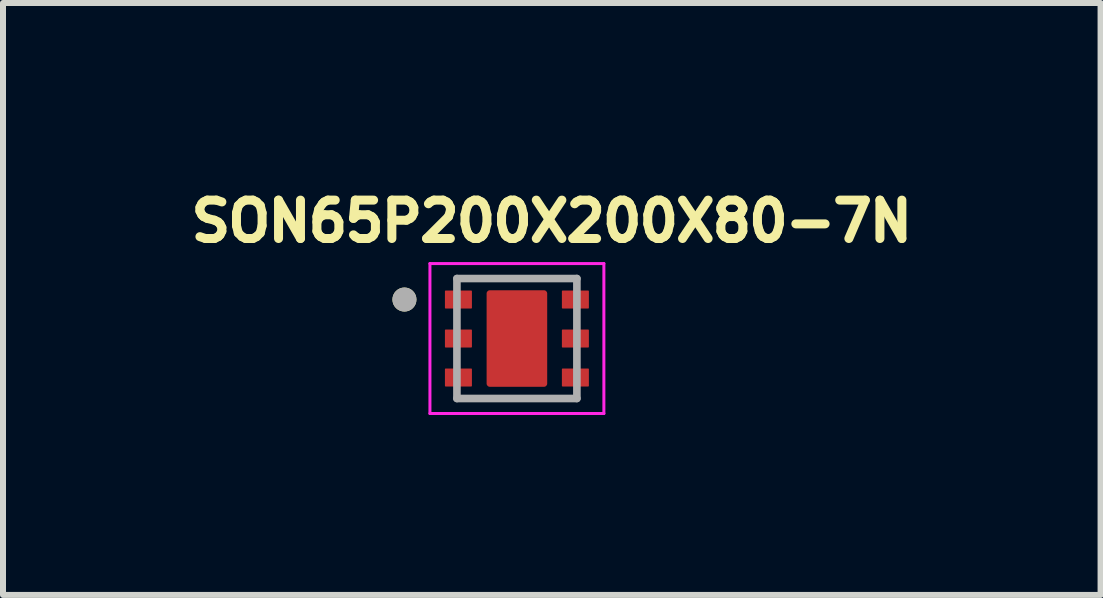
<source format=kicad_pcb>
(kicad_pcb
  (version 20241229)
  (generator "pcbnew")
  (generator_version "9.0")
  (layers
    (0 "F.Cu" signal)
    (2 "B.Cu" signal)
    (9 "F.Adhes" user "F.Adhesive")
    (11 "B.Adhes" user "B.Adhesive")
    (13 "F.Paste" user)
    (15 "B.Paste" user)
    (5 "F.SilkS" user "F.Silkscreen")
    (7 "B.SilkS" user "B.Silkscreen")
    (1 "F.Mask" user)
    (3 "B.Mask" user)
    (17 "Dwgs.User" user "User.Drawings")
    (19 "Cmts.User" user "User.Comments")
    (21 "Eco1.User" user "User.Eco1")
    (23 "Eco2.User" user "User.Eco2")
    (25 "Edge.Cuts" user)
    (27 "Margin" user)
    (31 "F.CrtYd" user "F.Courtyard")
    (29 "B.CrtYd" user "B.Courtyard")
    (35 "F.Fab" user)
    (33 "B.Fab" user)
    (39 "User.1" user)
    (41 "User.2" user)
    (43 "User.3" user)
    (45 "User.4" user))
  (footprint "SON65P200X200X80-7N"
    (layer "F.Cu")
    (at 5.568 2.594)
    (property "Reference" "SON65P200X200X80-7N" (at 0.582 -1.956 0) (layer "F.SilkS") (effects (font (size 0.64 0.64) (thickness 0.15))))
    (attr smd)
    (fp_poly (pts (xy -1.22 -0.87) (xy -0.73 -0.87) (xy -0.727 -0.87) (xy -0.725 -0.87) (xy -0.722 -0.869) (xy -0.72 -0.869) (xy -0.717 -0.868) (xy -0.715 -0.868) (xy -0.712 -0.867) (xy -0.71 -0.866) (xy -0.707 -0.865) (xy -0.705 -0.863) (xy -0.703 -0.862) (xy -0.701 -0.86) (xy -0.699 -0.859) (xy -0.697 -0.857) (xy -0.695 -0.855) (xy -0.693 -0.853) (xy -0.691 -0.851) (xy -0.69 -0.849) (xy -0.688 -0.847) (xy -0.687 -0.845) (xy -0.685 -0.843) (xy -0.684 -0.84) (xy -0.683 -0.838) (xy -0.682 -0.835) (xy -0.682 -0.833) (xy -0.681 -0.83) (xy -0.681 -0.828) (xy -0.68 -0.825) (xy -0.68 -0.823) (xy -0.68 -0.82) (xy -0.68 -0.48) (xy -0.68 -0.477) (xy -0.68 -0.475) (xy -0.681 -0.472) (xy -0.681 -0.47) (xy -0.682 -0.467) (xy -0.682 -0.465) (xy -0.683 -0.462) (xy -0.684 -0.46) (xy -0.685 -0.457) (xy -0.687 -0.455) (xy -0.688 -0.453) (xy -0.69 -0.451) (xy -0.691 -0.449) (xy -0.693 -0.447) (xy -0.695 -0.445) (xy -0.697 -0.443) (xy -0.699 -0.441) (xy -0.701 -0.44) (xy -0.703 -0.438) (xy -0.705 -0.437) (xy -0.707 -0.435) (xy -0.71 -0.434) (xy -0.712 -0.433) (xy -0.715 -0.432) (xy -0.717 -0.432) (xy -0.72 -0.431) (xy -0.722 -0.431) (xy -0.725 -0.43) (xy -0.727 -0.43) (xy -0.73 -0.43) (xy -1.22 -0.43) (xy -1.223 -0.43) (xy -1.225 -0.43) (xy -1.228 -0.431) (xy -1.23 -0.431) (xy -1.233 -0.432) (xy -1.235 -0.432) (xy -1.238 -0.433) (xy -1.24 -0.434) (xy -1.243 -0.435) (xy -1.245 -0.437) (xy -1.247 -0.438) (xy -1.249 -0.44) (xy -1.251 -0.441) (xy -1.253 -0.443) (xy -1.255 -0.445) (xy -1.257 -0.447) (xy -1.259 -0.449) (xy -1.26 -0.451) (xy -1.262 -0.453) (xy -1.263 -0.455) (xy -1.265 -0.457) (xy -1.266 -0.46) (xy -1.267 -0.462) (xy -1.268 -0.465) (xy -1.268 -0.467) (xy -1.269 -0.47) (xy -1.269 -0.472) (xy -1.27 -0.475) (xy -1.27 -0.477) (xy -1.27 -0.48) (xy -1.27 -0.82) (xy -1.27 -0.823) (xy -1.27 -0.825) (xy -1.269 -0.828) (xy -1.269 -0.83) (xy -1.268 -0.833) (xy -1.268 -0.835) (xy -1.267 -0.838) (xy -1.266 -0.84) (xy -1.265 -0.843) (xy -1.263 -0.845) (xy -1.262 -0.847) (xy -1.26 -0.849) (xy -1.259 -0.851) (xy -1.257 -0.853) (xy -1.255 -0.855) (xy -1.253 -0.857) (xy -1.251 -0.859) (xy -1.249 -0.86) (xy -1.247 -0.862) (xy -1.245 -0.863) (xy -1.243 -0.865) (xy -1.24 -0.866) (xy -1.238 -0.867) (xy -1.235 -0.868) (xy -1.233 -0.868) (xy -1.23 -0.869) (xy -1.228 -0.869) (xy -1.225 -0.87) (xy -1.223 -0.87) (xy -1.22 -0.87)) (stroke (width 0.01) (type solid)) (fill yes) (layer "F.Mask"))
    (fp_poly (pts (xy -1.22 -0.22) (xy -0.73 -0.22) (xy -0.727 -0.22) (xy -0.725 -0.22) (xy -0.722 -0.219) (xy -0.72 -0.219) (xy -0.717 -0.218) (xy -0.715 -0.218) (xy -0.712 -0.217) (xy -0.71 -0.216) (xy -0.707 -0.215) (xy -0.705 -0.213) (xy -0.703 -0.212) (xy -0.701 -0.21) (xy -0.699 -0.209) (xy -0.697 -0.207) (xy -0.695 -0.205) (xy -0.693 -0.203) (xy -0.691 -0.201) (xy -0.69 -0.199) (xy -0.688 -0.197) (xy -0.687 -0.195) (xy -0.685 -0.193) (xy -0.684 -0.19) (xy -0.683 -0.188) (xy -0.682 -0.185) (xy -0.682 -0.183) (xy -0.681 -0.18) (xy -0.681 -0.178) (xy -0.68 -0.175) (xy -0.68 -0.173) (xy -0.68 -0.17) (xy -0.68 0.17) (xy -0.68 0.173) (xy -0.68 0.175) (xy -0.681 0.178) (xy -0.681 0.18) (xy -0.682 0.183) (xy -0.682 0.185) (xy -0.683 0.188) (xy -0.684 0.19) (xy -0.685 0.193) (xy -0.687 0.195) (xy -0.688 0.197) (xy -0.69 0.199) (xy -0.691 0.201) (xy -0.693 0.203) (xy -0.695 0.205) (xy -0.697 0.207) (xy -0.699 0.209) (xy -0.701 0.21) (xy -0.703 0.212) (xy -0.705 0.213) (xy -0.707 0.215) (xy -0.71 0.216) (xy -0.712 0.217) (xy -0.715 0.218) (xy -0.717 0.218) (xy -0.72 0.219) (xy -0.722 0.219) (xy -0.725 0.22) (xy -0.727 0.22) (xy -0.73 0.22) (xy -1.22 0.22) (xy -1.223 0.22) (xy -1.225 0.22) (xy -1.228 0.219) (xy -1.23 0.219) (xy -1.233 0.218) (xy -1.235 0.218) (xy -1.238 0.217) (xy -1.24 0.216) (xy -1.243 0.215) (xy -1.245 0.213) (xy -1.247 0.212) (xy -1.249 0.21) (xy -1.251 0.209) (xy -1.253 0.207) (xy -1.255 0.205) (xy -1.257 0.203) (xy -1.259 0.201) (xy -1.26 0.199) (xy -1.262 0.197) (xy -1.263 0.195) (xy -1.265 0.193) (xy -1.266 0.19) (xy -1.267 0.188) (xy -1.268 0.185) (xy -1.268 0.183) (xy -1.269 0.18) (xy -1.269 0.178) (xy -1.27 0.175) (xy -1.27 0.173) (xy -1.27 0.17) (xy -1.27 -0.17) (xy -1.27 -0.173) (xy -1.27 -0.175) (xy -1.269 -0.178) (xy -1.269 -0.18) (xy -1.268 -0.183) (xy -1.268 -0.185) (xy -1.267 -0.188) (xy -1.266 -0.19) (xy -1.265 -0.193) (xy -1.263 -0.195) (xy -1.262 -0.197) (xy -1.26 -0.199) (xy -1.259 -0.201) (xy -1.257 -0.203) (xy -1.255 -0.205) (xy -1.253 -0.207) (xy -1.251 -0.209) (xy -1.249 -0.21) (xy -1.247 -0.212) (xy -1.245 -0.213) (xy -1.243 -0.215) (xy -1.24 -0.216) (xy -1.238 -0.217) (xy -1.235 -0.218) (xy -1.233 -0.218) (xy -1.23 -0.219) (xy -1.228 -0.219) (xy -1.225 -0.22) (xy -1.223 -0.22) (xy -1.22 -0.22)) (stroke (width 0.01) (type solid)) (fill yes) (layer "F.Mask"))
    (fp_poly (pts (xy -1.22 0.43) (xy -0.73 0.43) (xy -0.727 0.43) (xy -0.725 0.43) (xy -0.722 0.431) (xy -0.72 0.431) (xy -0.717 0.432) (xy -0.715 0.432) (xy -0.712 0.433) (xy -0.71 0.434) (xy -0.707 0.435) (xy -0.705 0.437) (xy -0.703 0.438) (xy -0.701 0.44) (xy -0.699 0.441) (xy -0.697 0.443) (xy -0.695 0.445) (xy -0.693 0.447) (xy -0.691 0.449) (xy -0.69 0.451) (xy -0.688 0.453) (xy -0.687 0.455) (xy -0.685 0.457) (xy -0.684 0.46) (xy -0.683 0.462) (xy -0.682 0.465) (xy -0.682 0.467) (xy -0.681 0.47) (xy -0.681 0.472) (xy -0.68 0.475) (xy -0.68 0.477) (xy -0.68 0.48) (xy -0.68 0.82) (xy -0.68 0.823) (xy -0.68 0.825) (xy -0.681 0.828) (xy -0.681 0.83) (xy -0.682 0.833) (xy -0.682 0.835) (xy -0.683 0.838) (xy -0.684 0.84) (xy -0.685 0.843) (xy -0.687 0.845) (xy -0.688 0.847) (xy -0.69 0.849) (xy -0.691 0.851) (xy -0.693 0.853) (xy -0.695 0.855) (xy -0.697 0.857) (xy -0.699 0.859) (xy -0.701 0.86) (xy -0.703 0.862) (xy -0.705 0.863) (xy -0.707 0.865) (xy -0.71 0.866) (xy -0.712 0.867) (xy -0.715 0.868) (xy -0.717 0.868) (xy -0.72 0.869) (xy -0.722 0.869) (xy -0.725 0.87) (xy -0.727 0.87) (xy -0.73 0.87) (xy -1.22 0.87) (xy -1.223 0.87) (xy -1.225 0.87) (xy -1.228 0.869) (xy -1.23 0.869) (xy -1.233 0.868) (xy -1.235 0.868) (xy -1.238 0.867) (xy -1.24 0.866) (xy -1.243 0.865) (xy -1.245 0.863) (xy -1.247 0.862) (xy -1.249 0.86) (xy -1.251 0.859) (xy -1.253 0.857) (xy -1.255 0.855) (xy -1.257 0.853) (xy -1.259 0.851) (xy -1.26 0.849) (xy -1.262 0.847) (xy -1.263 0.845) (xy -1.265 0.843) (xy -1.266 0.84) (xy -1.267 0.838) (xy -1.268 0.835) (xy -1.268 0.833) (xy -1.269 0.83) (xy -1.269 0.828) (xy -1.27 0.825) (xy -1.27 0.823) (xy -1.27 0.82) (xy -1.27 0.48) (xy -1.27 0.477) (xy -1.27 0.475) (xy -1.269 0.472) (xy -1.269 0.47) (xy -1.268 0.467) (xy -1.268 0.465) (xy -1.267 0.462) (xy -1.266 0.46) (xy -1.265 0.457) (xy -1.263 0.455) (xy -1.262 0.453) (xy -1.26 0.451) (xy -1.259 0.449) (xy -1.257 0.447) (xy -1.255 0.445) (xy -1.253 0.443) (xy -1.251 0.441) (xy -1.249 0.44) (xy -1.247 0.438) (xy -1.245 0.437) (xy -1.243 0.435) (xy -1.24 0.434) (xy -1.238 0.433) (xy -1.235 0.432) (xy -1.233 0.432) (xy -1.23 0.431) (xy -1.228 0.431) (xy -1.225 0.43) (xy -1.223 0.43) (xy -1.22 0.43)) (stroke (width 0.01) (type solid)) (fill yes) (layer "F.Mask"))
    (fp_poly (pts (xy 0.57 -0.75) (xy 0.57 0.75) (xy 0.57 0.756) (xy 0.569 0.763) (xy 0.569 0.769) (xy 0.567 0.775) (xy 0.566 0.781) (xy 0.564 0.787) (xy 0.562 0.793) (xy 0.56 0.799) (xy 0.557 0.804) (xy 0.554 0.81) (xy 0.551 0.815) (xy 0.547 0.821) (xy 0.543 0.826) (xy 0.539 0.83) (xy 0.535 0.835) (xy 0.53 0.839) (xy 0.526 0.843) (xy 0.521 0.847) (xy 0.515 0.851) (xy 0.51 0.854) (xy 0.504 0.857) (xy 0.499 0.86) (xy 0.493 0.862) (xy 0.487 0.864) (xy 0.481 0.866) (xy 0.475 0.867) (xy 0.469 0.869) (xy 0.463 0.869) (xy 0.456 0.87) (xy 0.45 0.87) (xy -0.45 0.87) (xy -0.456 0.87) (xy -0.463 0.869) (xy -0.469 0.869) (xy -0.475 0.867) (xy -0.481 0.866) (xy -0.487 0.864) (xy -0.493 0.862) (xy -0.499 0.86) (xy -0.504 0.857) (xy -0.51 0.854) (xy -0.515 0.851) (xy -0.521 0.847) (xy -0.526 0.843) (xy -0.53 0.839) (xy -0.535 0.835) (xy -0.539 0.83) (xy -0.543 0.826) (xy -0.547 0.821) (xy -0.551 0.815) (xy -0.554 0.81) (xy -0.557 0.804) (xy -0.56 0.799) (xy -0.562 0.793) (xy -0.564 0.787) (xy -0.566 0.781) (xy -0.567 0.775) (xy -0.569 0.769) (xy -0.569 0.763) (xy -0.57 0.756) (xy -0.57 0.75) (xy -0.57 -0.75) (xy -0.57 -0.756) (xy -0.569 -0.763) (xy -0.569 -0.769) (xy -0.567 -0.775) (xy -0.566 -0.781) (xy -0.564 -0.787) (xy -0.562 -0.793) (xy -0.56 -0.799) (xy -0.557 -0.804) (xy -0.554 -0.81) (xy -0.551 -0.815) (xy -0.547 -0.821) (xy -0.543 -0.826) (xy -0.539 -0.83) (xy -0.535 -0.835) (xy -0.53 -0.839) (xy -0.526 -0.843) (xy -0.521 -0.847) (xy -0.515 -0.851) (xy -0.51 -0.854) (xy -0.504 -0.857) (xy -0.499 -0.86) (xy -0.493 -0.862) (xy -0.487 -0.864) (xy -0.481 -0.866) (xy -0.475 -0.867) (xy -0.469 -0.869) (xy -0.463 -0.869) (xy -0.456 -0.87) (xy -0.45 -0.87) (xy 0.45 -0.87) (xy 0.456 -0.87) (xy 0.463 -0.869) (xy 0.469 -0.869) (xy 0.475 -0.867) (xy 0.481 -0.866) (xy 0.487 -0.864) (xy 0.493 -0.862) (xy 0.499 -0.86) (xy 0.504 -0.857) (xy 0.51 -0.854) (xy 0.515 -0.851) (xy 0.521 -0.847) (xy 0.526 -0.843) (xy 0.53 -0.839) (xy 0.535 -0.835) (xy 0.539 -0.83) (xy 0.543 -0.826) (xy 0.547 -0.821) (xy 0.551 -0.815) (xy 0.554 -0.81) (xy 0.557 -0.804) (xy 0.56 -0.799) (xy 0.562 -0.793) (xy 0.564 -0.787) (xy 0.566 -0.781) (xy 0.567 -0.775) (xy 0.569 -0.769) (xy 0.569 -0.763) (xy 0.57 -0.756) (xy 0.57 -0.75)) (stroke (width 0.01) (type solid)) (fill yes) (layer "F.Mask"))
    (fp_poly (pts (xy 0.73 -0.87) (xy 1.22 -0.87) (xy 1.223 -0.87) (xy 1.225 -0.87) (xy 1.228 -0.869) (xy 1.23 -0.869) (xy 1.233 -0.868) (xy 1.235 -0.868) (xy 1.238 -0.867) (xy 1.24 -0.866) (xy 1.243 -0.865) (xy 1.245 -0.863) (xy 1.247 -0.862) (xy 1.249 -0.86) (xy 1.251 -0.859) (xy 1.253 -0.857) (xy 1.255 -0.855) (xy 1.257 -0.853) (xy 1.259 -0.851) (xy 1.26 -0.849) (xy 1.262 -0.847) (xy 1.263 -0.845) (xy 1.265 -0.843) (xy 1.266 -0.84) (xy 1.267 -0.838) (xy 1.268 -0.835) (xy 1.268 -0.833) (xy 1.269 -0.83) (xy 1.269 -0.828) (xy 1.27 -0.825) (xy 1.27 -0.823) (xy 1.27 -0.82) (xy 1.27 -0.48) (xy 1.27 -0.477) (xy 1.27 -0.475) (xy 1.269 -0.472) (xy 1.269 -0.47) (xy 1.268 -0.467) (xy 1.268 -0.465) (xy 1.267 -0.462) (xy 1.266 -0.46) (xy 1.265 -0.457) (xy 1.263 -0.455) (xy 1.262 -0.453) (xy 1.26 -0.451) (xy 1.259 -0.449) (xy 1.257 -0.447) (xy 1.255 -0.445) (xy 1.253 -0.443) (xy 1.251 -0.441) (xy 1.249 -0.44) (xy 1.247 -0.438) (xy 1.245 -0.437) (xy 1.243 -0.435) (xy 1.24 -0.434) (xy 1.238 -0.433) (xy 1.235 -0.432) (xy 1.233 -0.432) (xy 1.23 -0.431) (xy 1.228 -0.431) (xy 1.225 -0.43) (xy 1.223 -0.43) (xy 1.22 -0.43) (xy 0.73 -0.43) (xy 0.727 -0.43) (xy 0.725 -0.43) (xy 0.722 -0.431) (xy 0.72 -0.431) (xy 0.717 -0.432) (xy 0.715 -0.432) (xy 0.712 -0.433) (xy 0.71 -0.434) (xy 0.707 -0.435) (xy 0.705 -0.437) (xy 0.703 -0.438) (xy 0.701 -0.44) (xy 0.699 -0.441) (xy 0.697 -0.443) (xy 0.695 -0.445) (xy 0.693 -0.447) (xy 0.691 -0.449) (xy 0.69 -0.451) (xy 0.688 -0.453) (xy 0.687 -0.455) (xy 0.685 -0.457) (xy 0.684 -0.46) (xy 0.683 -0.462) (xy 0.682 -0.465) (xy 0.682 -0.467) (xy 0.681 -0.47) (xy 0.681 -0.472) (xy 0.68 -0.475) (xy 0.68 -0.477) (xy 0.68 -0.48) (xy 0.68 -0.82) (xy 0.68 -0.823) (xy 0.68 -0.825) (xy 0.681 -0.828) (xy 0.681 -0.83) (xy 0.682 -0.833) (xy 0.682 -0.835) (xy 0.683 -0.838) (xy 0.684 -0.84) (xy 0.685 -0.843) (xy 0.687 -0.845) (xy 0.688 -0.847) (xy 0.69 -0.849) (xy 0.691 -0.851) (xy 0.693 -0.853) (xy 0.695 -0.855) (xy 0.697 -0.857) (xy 0.699 -0.859) (xy 0.701 -0.86) (xy 0.703 -0.862) (xy 0.705 -0.863) (xy 0.707 -0.865) (xy 0.71 -0.866) (xy 0.712 -0.867) (xy 0.715 -0.868) (xy 0.717 -0.868) (xy 0.72 -0.869) (xy 0.722 -0.869) (xy 0.725 -0.87) (xy 0.727 -0.87) (xy 0.73 -0.87)) (stroke (width 0.01) (type solid)) (fill yes) (layer "F.Mask"))
    (fp_poly (pts (xy 0.73 -0.22) (xy 1.22 -0.22) (xy 1.223 -0.22) (xy 1.225 -0.22) (xy 1.228 -0.219) (xy 1.23 -0.219) (xy 1.233 -0.218) (xy 1.235 -0.218) (xy 1.238 -0.217) (xy 1.24 -0.216) (xy 1.243 -0.215) (xy 1.245 -0.213) (xy 1.247 -0.212) (xy 1.249 -0.21) (xy 1.251 -0.209) (xy 1.253 -0.207) (xy 1.255 -0.205) (xy 1.257 -0.203) (xy 1.259 -0.201) (xy 1.26 -0.199) (xy 1.262 -0.197) (xy 1.263 -0.195) (xy 1.265 -0.193) (xy 1.266 -0.19) (xy 1.267 -0.188) (xy 1.268 -0.185) (xy 1.268 -0.183) (xy 1.269 -0.18) (xy 1.269 -0.178) (xy 1.27 -0.175) (xy 1.27 -0.173) (xy 1.27 -0.17) (xy 1.27 0.17) (xy 1.27 0.173) (xy 1.27 0.175) (xy 1.269 0.178) (xy 1.269 0.18) (xy 1.268 0.183) (xy 1.268 0.185) (xy 1.267 0.188) (xy 1.266 0.19) (xy 1.265 0.193) (xy 1.263 0.195) (xy 1.262 0.197) (xy 1.26 0.199) (xy 1.259 0.201) (xy 1.257 0.203) (xy 1.255 0.205) (xy 1.253 0.207) (xy 1.251 0.209) (xy 1.249 0.21) (xy 1.247 0.212) (xy 1.245 0.213) (xy 1.243 0.215) (xy 1.24 0.216) (xy 1.238 0.217) (xy 1.235 0.218) (xy 1.233 0.218) (xy 1.23 0.219) (xy 1.228 0.219) (xy 1.225 0.22) (xy 1.223 0.22) (xy 1.22 0.22) (xy 0.73 0.22) (xy 0.727 0.22) (xy 0.725 0.22) (xy 0.722 0.219) (xy 0.72 0.219) (xy 0.717 0.218) (xy 0.715 0.218) (xy 0.712 0.217) (xy 0.71 0.216) (xy 0.707 0.215) (xy 0.705 0.213) (xy 0.703 0.212) (xy 0.701 0.21) (xy 0.699 0.209) (xy 0.697 0.207) (xy 0.695 0.205) (xy 0.693 0.203) (xy 0.691 0.201) (xy 0.69 0.199) (xy 0.688 0.197) (xy 0.687 0.195) (xy 0.685 0.193) (xy 0.684 0.19) (xy 0.683 0.188) (xy 0.682 0.185) (xy 0.682 0.183) (xy 0.681 0.18) (xy 0.681 0.178) (xy 0.68 0.175) (xy 0.68 0.173) (xy 0.68 0.17) (xy 0.68 -0.17) (xy 0.68 -0.173) (xy 0.68 -0.175) (xy 0.681 -0.178) (xy 0.681 -0.18) (xy 0.682 -0.183) (xy 0.682 -0.185) (xy 0.683 -0.188) (xy 0.684 -0.19) (xy 0.685 -0.193) (xy 0.687 -0.195) (xy 0.688 -0.197) (xy 0.69 -0.199) (xy 0.691 -0.201) (xy 0.693 -0.203) (xy 0.695 -0.205) (xy 0.697 -0.207) (xy 0.699 -0.209) (xy 0.701 -0.21) (xy 0.703 -0.212) (xy 0.705 -0.213) (xy 0.707 -0.215) (xy 0.71 -0.216) (xy 0.712 -0.217) (xy 0.715 -0.218) (xy 0.717 -0.218) (xy 0.72 -0.219) (xy 0.722 -0.219) (xy 0.725 -0.22) (xy 0.727 -0.22) (xy 0.73 -0.22)) (stroke (width 0.01) (type solid)) (fill yes) (layer "F.Mask"))
    (fp_poly (pts (xy 0.73 0.43) (xy 1.22 0.43) (xy 1.223 0.43) (xy 1.225 0.43) (xy 1.228 0.431) (xy 1.23 0.431) (xy 1.233 0.432) (xy 1.235 0.432) (xy 1.238 0.433) (xy 1.24 0.434) (xy 1.243 0.435) (xy 1.245 0.437) (xy 1.247 0.438) (xy 1.249 0.44) (xy 1.251 0.441) (xy 1.253 0.443) (xy 1.255 0.445) (xy 1.257 0.447) (xy 1.259 0.449) (xy 1.26 0.451) (xy 1.262 0.453) (xy 1.263 0.455) (xy 1.265 0.457) (xy 1.266 0.46) (xy 1.267 0.462) (xy 1.268 0.465) (xy 1.268 0.467) (xy 1.269 0.47) (xy 1.269 0.472) (xy 1.27 0.475) (xy 1.27 0.477) (xy 1.27 0.48) (xy 1.27 0.82) (xy 1.27 0.823) (xy 1.27 0.825) (xy 1.269 0.828) (xy 1.269 0.83) (xy 1.268 0.833) (xy 1.268 0.835) (xy 1.267 0.838) (xy 1.266 0.84) (xy 1.265 0.843) (xy 1.263 0.845) (xy 1.262 0.847) (xy 1.26 0.849) (xy 1.259 0.851) (xy 1.257 0.853) (xy 1.255 0.855) (xy 1.253 0.857) (xy 1.251 0.859) (xy 1.249 0.86) (xy 1.247 0.862) (xy 1.245 0.863) (xy 1.243 0.865) (xy 1.24 0.866) (xy 1.238 0.867) (xy 1.235 0.868) (xy 1.233 0.868) (xy 1.23 0.869) (xy 1.228 0.869) (xy 1.225 0.87) (xy 1.223 0.87) (xy 1.22 0.87) (xy 0.73 0.87) (xy 0.727 0.87) (xy 0.725 0.87) (xy 0.722 0.869) (xy 0.72 0.869) (xy 0.717 0.868) (xy 0.715 0.868) (xy 0.712 0.867) (xy 0.71 0.866) (xy 0.707 0.865) (xy 0.705 0.863) (xy 0.703 0.862) (xy 0.701 0.86) (xy 0.699 0.859) (xy 0.697 0.857) (xy 0.695 0.855) (xy 0.693 0.853) (xy 0.691 0.851) (xy 0.69 0.849) (xy 0.688 0.847) (xy 0.687 0.845) (xy 0.685 0.843) (xy 0.684 0.84) (xy 0.683 0.838) (xy 0.682 0.835) (xy 0.682 0.833) (xy 0.681 0.83) (xy 0.681 0.828) (xy 0.68 0.825) (xy 0.68 0.823) (xy 0.68 0.82) (xy 0.68 0.48) (xy 0.68 0.477) (xy 0.68 0.475) (xy 0.681 0.472) (xy 0.681 0.47) (xy 0.682 0.467) (xy 0.682 0.465) (xy 0.683 0.462) (xy 0.684 0.46) (xy 0.685 0.457) (xy 0.687 0.455) (xy 0.688 0.453) (xy 0.69 0.451) (xy 0.691 0.449) (xy 0.693 0.447) (xy 0.695 0.445) (xy 0.697 0.443) (xy 0.699 0.441) (xy 0.701 0.44) (xy 0.703 0.438) (xy 0.705 0.437) (xy 0.707 0.435) (xy 0.71 0.434) (xy 0.712 0.433) (xy 0.715 0.432) (xy 0.717 0.432) (xy 0.72 0.431) (xy 0.722 0.431) (xy 0.725 0.43) (xy 0.727 0.43) (xy 0.73 0.43)) (stroke (width 0.01) (type solid)) (fill yes) (layer "F.Mask"))
    (fp_circle (center -1.875 -0.65) (end -1.775 -0.65) (stroke (width 0.2) (type solid)) (fill no) (layer "F.SilkS"))
    (fp_poly (pts (xy -0.5 -0.15) (xy -0.5 -0.75) (xy -0.5 -0.753) (xy -0.5 -0.755) (xy -0.499 -0.758) (xy -0.499 -0.76) (xy -0.498 -0.763) (xy -0.498 -0.765) (xy -0.497 -0.768) (xy -0.496 -0.77) (xy -0.495 -0.773) (xy -0.493 -0.775) (xy -0.492 -0.777) (xy -0.49 -0.779) (xy -0.489 -0.781) (xy -0.487 -0.783) (xy -0.485 -0.785) (xy -0.483 -0.787) (xy -0.481 -0.789) (xy -0.479 -0.79) (xy -0.477 -0.792) (xy -0.475 -0.793) (xy -0.473 -0.795) (xy -0.47 -0.796) (xy -0.468 -0.797) (xy -0.465 -0.798) (xy -0.463 -0.798) (xy -0.46 -0.799) (xy -0.458 -0.799) (xy -0.455 -0.8) (xy -0.453 -0.8) (xy -0.45 -0.8) (xy 0.45 -0.8) (xy 0.453 -0.8) (xy 0.455 -0.8) (xy 0.458 -0.799) (xy 0.46 -0.799) (xy 0.463 -0.798) (xy 0.465 -0.798) (xy 0.468 -0.797) (xy 0.47 -0.796) (xy 0.473 -0.795) (xy 0.475 -0.793) (xy 0.477 -0.792) (xy 0.479 -0.79) (xy 0.481 -0.789) (xy 0.483 -0.787) (xy 0.485 -0.785) (xy 0.487 -0.783) (xy 0.489 -0.781) (xy 0.49 -0.779) (xy 0.492 -0.777) (xy 0.493 -0.775) (xy 0.495 -0.773) (xy 0.496 -0.77) (xy 0.497 -0.768) (xy 0.498 -0.765) (xy 0.498 -0.763) (xy 0.499 -0.76) (xy 0.499 -0.758) (xy 0.5 -0.755) (xy 0.5 -0.753) (xy 0.5 -0.75) (xy 0.5 -0.15) (xy 0.5 -0.147) (xy 0.5 -0.145) (xy 0.499 -0.142) (xy 0.499 -0.14) (xy 0.498 -0.137) (xy 0.498 -0.135) (xy 0.497 -0.132) (xy 0.496 -0.13) (xy 0.495 -0.127) (xy 0.493 -0.125) (xy 0.492 -0.123) (xy 0.49 -0.121) (xy 0.489 -0.119) (xy 0.487 -0.117) (xy 0.485 -0.115) (xy 0.483 -0.113) (xy 0.481 -0.111) (xy 0.479 -0.11) (xy 0.477 -0.108) (xy 0.475 -0.107) (xy 0.473 -0.105) (xy 0.47 -0.104) (xy 0.468 -0.103) (xy 0.465 -0.102) (xy 0.463 -0.102) (xy 0.46 -0.101) (xy 0.458 -0.101) (xy 0.455 -0.1) (xy 0.453 -0.1) (xy 0.45 -0.1) (xy -0.45 -0.1) (xy -0.453 -0.1) (xy -0.455 -0.1) (xy -0.458 -0.101) (xy -0.46 -0.101) (xy -0.463 -0.102) (xy -0.465 -0.102) (xy -0.468 -0.103) (xy -0.47 -0.104) (xy -0.473 -0.105) (xy -0.475 -0.107) (xy -0.477 -0.108) (xy -0.479 -0.11) (xy -0.481 -0.111) (xy -0.483 -0.113) (xy -0.485 -0.115) (xy -0.487 -0.117) (xy -0.489 -0.119) (xy -0.49 -0.121) (xy -0.492 -0.123) (xy -0.493 -0.125) (xy -0.495 -0.127) (xy -0.496 -0.13) (xy -0.497 -0.132) (xy -0.498 -0.135) (xy -0.498 -0.137) (xy -0.499 -0.14) (xy -0.499 -0.142) (xy -0.5 -0.145) (xy -0.5 -0.147) (xy -0.5 -0.15)) (stroke (width 0.01) (type solid)) (fill yes) (layer "F.Paste"))
    (fp_poly (pts (xy -0.5 0.75) (xy -0.5 0.15) (xy -0.5 0.147) (xy -0.5 0.145) (xy -0.499 0.142) (xy -0.499 0.14) (xy -0.498 0.137) (xy -0.498 0.135) (xy -0.497 0.132) (xy -0.496 0.13) (xy -0.495 0.127) (xy -0.493 0.125) (xy -0.492 0.123) (xy -0.49 0.121) (xy -0.489 0.119) (xy -0.487 0.117) (xy -0.485 0.115) (xy -0.483 0.113) (xy -0.481 0.111) (xy -0.479 0.11) (xy -0.477 0.108) (xy -0.475 0.107) (xy -0.473 0.105) (xy -0.47 0.104) (xy -0.468 0.103) (xy -0.465 0.102) (xy -0.463 0.102) (xy -0.46 0.101) (xy -0.458 0.101) (xy -0.455 0.1) (xy -0.453 0.1) (xy -0.45 0.1) (xy 0.45 0.1) (xy 0.453 0.1) (xy 0.455 0.1) (xy 0.458 0.101) (xy 0.46 0.101) (xy 0.463 0.102) (xy 0.465 0.102) (xy 0.468 0.103) (xy 0.47 0.104) (xy 0.473 0.105) (xy 0.475 0.107) (xy 0.477 0.108) (xy 0.479 0.11) (xy 0.481 0.111) (xy 0.483 0.113) (xy 0.485 0.115) (xy 0.487 0.117) (xy 0.489 0.119) (xy 0.49 0.121) (xy 0.492 0.123) (xy 0.493 0.125) (xy 0.495 0.127) (xy 0.496 0.13) (xy 0.497 0.132) (xy 0.498 0.135) (xy 0.498 0.137) (xy 0.499 0.14) (xy 0.499 0.142) (xy 0.5 0.145) (xy 0.5 0.147) (xy 0.5 0.15) (xy 0.5 0.75) (xy 0.5 0.753) (xy 0.5 0.755) (xy 0.499 0.758) (xy 0.499 0.76) (xy 0.498 0.763) (xy 0.498 0.765) (xy 0.497 0.768) (xy 0.496 0.77) (xy 0.495 0.773) (xy 0.493 0.775) (xy 0.492 0.777) (xy 0.49 0.779) (xy 0.489 0.781) (xy 0.487 0.783) (xy 0.485 0.785) (xy 0.483 0.787) (xy 0.481 0.789) (xy 0.479 0.79) (xy 0.477 0.792) (xy 0.475 0.793) (xy 0.473 0.795) (xy 0.47 0.796) (xy 0.468 0.797) (xy 0.465 0.798) (xy 0.463 0.798) (xy 0.46 0.799) (xy 0.458 0.799) (xy 0.455 0.8) (xy 0.453 0.8) (xy 0.45 0.8) (xy -0.45 0.8) (xy -0.453 0.8) (xy -0.455 0.8) (xy -0.458 0.799) (xy -0.46 0.799) (xy -0.463 0.798) (xy -0.465 0.798) (xy -0.468 0.797) (xy -0.47 0.796) (xy -0.473 0.795) (xy -0.475 0.793) (xy -0.477 0.792) (xy -0.479 0.79) (xy -0.481 0.789) (xy -0.483 0.787) (xy -0.485 0.785) (xy -0.487 0.783) (xy -0.489 0.781) (xy -0.49 0.779) (xy -0.492 0.777) (xy -0.493 0.775) (xy -0.495 0.773) (xy -0.496 0.77) (xy -0.497 0.768) (xy -0.498 0.765) (xy -0.498 0.763) (xy -0.499 0.76) (xy -0.499 0.758) (xy -0.5 0.755) (xy -0.5 0.753) (xy -0.5 0.75)) (stroke (width 0.01) (type solid)) (fill yes) (layer "F.Paste"))
    (fp_line (start -1.45 -1.25) (end -1.45 1.25) (stroke (width 0.05) (type solid)) (layer "F.CrtYd"))
    (fp_line (start -1.45 1.25) (end 1.45 1.25) (stroke (width 0.05) (type solid)) (layer "F.CrtYd"))
    (fp_line (start 1.45 -1.25) (end -1.45 -1.25) (stroke (width 0.05) (type solid)) (layer "F.CrtYd"))
    (fp_line (start 1.45 1.25) (end 1.45 -1.25) (stroke (width 0.05) (type solid)) (layer "F.CrtYd"))
    (fp_line (start -1 -1) (end -1 1) (stroke (width 0.127) (type solid)) (layer "F.Fab"))
    (fp_line (start -1 -1) (end 1 -1) (stroke (width 0.127) (type solid)) (layer "F.Fab"))
    (fp_line (start -1 1) (end 1 1) (stroke (width 0.127) (type solid)) (layer "F.Fab"))
    (fp_line (start 1 -1) (end 1 1) (stroke (width 0.127) (type solid)) (layer "F.Fab"))
    (fp_circle (center -1.875 -0.65) (end -1.775 -0.65) (stroke (width 0.2) (type solid)) (fill no) (layer "F.Fab"))
    (pad "1" smd roundrect (at -0.975 -0.65) (size 0.45 0.3) (layers "F.Cu" "F.Paste") (roundrect_rratio 0.04))
    (pad "2" smd roundrect (at -0.975 0) (size 0.45 0.3) (layers "F.Cu" "F.Paste") (roundrect_rratio 0.04))
    (pad "3" smd roundrect (at -0.975 0.65) (size 0.45 0.3) (layers "F.Cu" "F.Paste") (roundrect_rratio 0.04))
    (pad "4" smd roundrect (at 0.975 0.65) (size 0.45 0.3) (layers "F.Cu" "F.Paste") (roundrect_rratio 0.04))
    (pad "5" smd roundrect (at 0.975 0) (size 0.45 0.3) (layers "F.Cu" "F.Paste") (roundrect_rratio 0.04))
    (pad "6" smd roundrect (at 0.975 -0.65) (size 0.45 0.3) (layers "F.Cu" "F.Paste") (roundrect_rratio 0.04))
    (pad "EP" smd custom (at 0 0) (size 0.5 0.5) (layers "F.Cu") (options (anchor rect)) (primitives (gr_poly (pts (xy 0.5 -0.75) (xy 0.5 0.75) (xy 0.5 0.753) (xy 0.5 0.755) (xy 0.499 0.758) (xy 0.499 0.76) (xy 0.498 0.763) (xy 0.498 0.765) (xy 0.497 0.768) (xy 0.496 0.77) (xy 0.495 0.773) (xy 0.493 0.775) (xy 0.492 0.777) (xy 0.49 0.779) (xy 0.489 0.781) (xy 0.487 0.783) (xy 0.485 0.785) (xy 0.483 0.787) (xy 0.481 0.789) (xy 0.479 0.79) (xy 0.477 0.792) (xy 0.475 0.793) (xy 0.473 0.795) (xy 0.47 0.796) (xy 0.468 0.797) (xy 0.465 0.798) (xy 0.463 0.798) (xy 0.46 0.799) (xy 0.458 0.799) (xy 0.455 0.8) (xy 0.453 0.8) (xy 0.45 0.8) (xy -0.45 0.8) (xy -0.453 0.8) (xy -0.455 0.8) (xy -0.458 0.799) (xy -0.46 0.799) (xy -0.463 0.798) (xy -0.465 0.798) (xy -0.468 0.797) (xy -0.47 0.796) (xy -0.473 0.795) (xy -0.475 0.793) (xy -0.477 0.792) (xy -0.479 0.79) (xy -0.481 0.789) (xy -0.483 0.787) (xy -0.485 0.785) (xy -0.487 0.783) (xy -0.489 0.781) (xy -0.49 0.779) (xy -0.492 0.777) (xy -0.493 0.775) (xy -0.495 0.773) (xy -0.496 0.77) (xy -0.497 0.768) (xy -0.498 0.765) (xy -0.498 0.763) (xy -0.499 0.76) (xy -0.499 0.758) (xy -0.5 0.755) (xy -0.5 0.753) (xy -0.5 0.75) (xy -0.5 -0.75) (xy -0.5 -0.753) (xy -0.5 -0.755) (xy -0.499 -0.758) (xy -0.499 -0.76) (xy -0.498 -0.763) (xy -0.498 -0.765) (xy -0.497 -0.768) (xy -0.496 -0.77) (xy -0.495 -0.773) (xy -0.493 -0.775) (xy -0.492 -0.777) (xy -0.49 -0.779) (xy -0.489 -0.781) (xy -0.487 -0.783) (xy -0.485 -0.785) (xy -0.483 -0.787) (xy -0.481 -0.789) (xy -0.479 -0.79) (xy -0.477 -0.792) (xy -0.475 -0.793) (xy -0.473 -0.795) (xy -0.47 -0.796) (xy -0.468 -0.797) (xy -0.465 -0.798) (xy -0.463 -0.798) (xy -0.46 -0.799) (xy -0.458 -0.799) (xy -0.455 -0.8) (xy -0.453 -0.8) (xy -0.45 -0.8) (xy 0.45 -0.8) (xy 0.453 -0.8) (xy 0.455 -0.8) (xy 0.458 -0.799) (xy 0.46 -0.799) (xy 0.463 -0.798) (xy 0.465 -0.798) (xy 0.468 -0.797) (xy 0.47 -0.796) (xy 0.473 -0.795) (xy 0.475 -0.793) (xy 0.477 -0.792) (xy 0.479 -0.79) (xy 0.481 -0.789) (xy 0.483 -0.787) (xy 0.485 -0.785) (xy 0.487 -0.783) (xy 0.489 -0.781) (xy 0.49 -0.779) (xy 0.492 -0.777) (xy 0.493 -0.775) (xy 0.495 -0.773) (xy 0.496 -0.77) (xy 0.497 -0.768) (xy 0.498 -0.765) (xy 0.498 -0.763) (xy 0.499 -0.76) (xy 0.499 -0.758) (xy 0.5 -0.755) (xy 0.5 -0.753) (xy 0.5 -0.75)) (width 0.01) (fill yes)))))
  (gr_rect
    (start -3 -3)
    (end 15.299 6.869)
    (stroke (width 0.1) (type default))
    (fill no)
    (layer "Edge.Cuts")))
</source>
